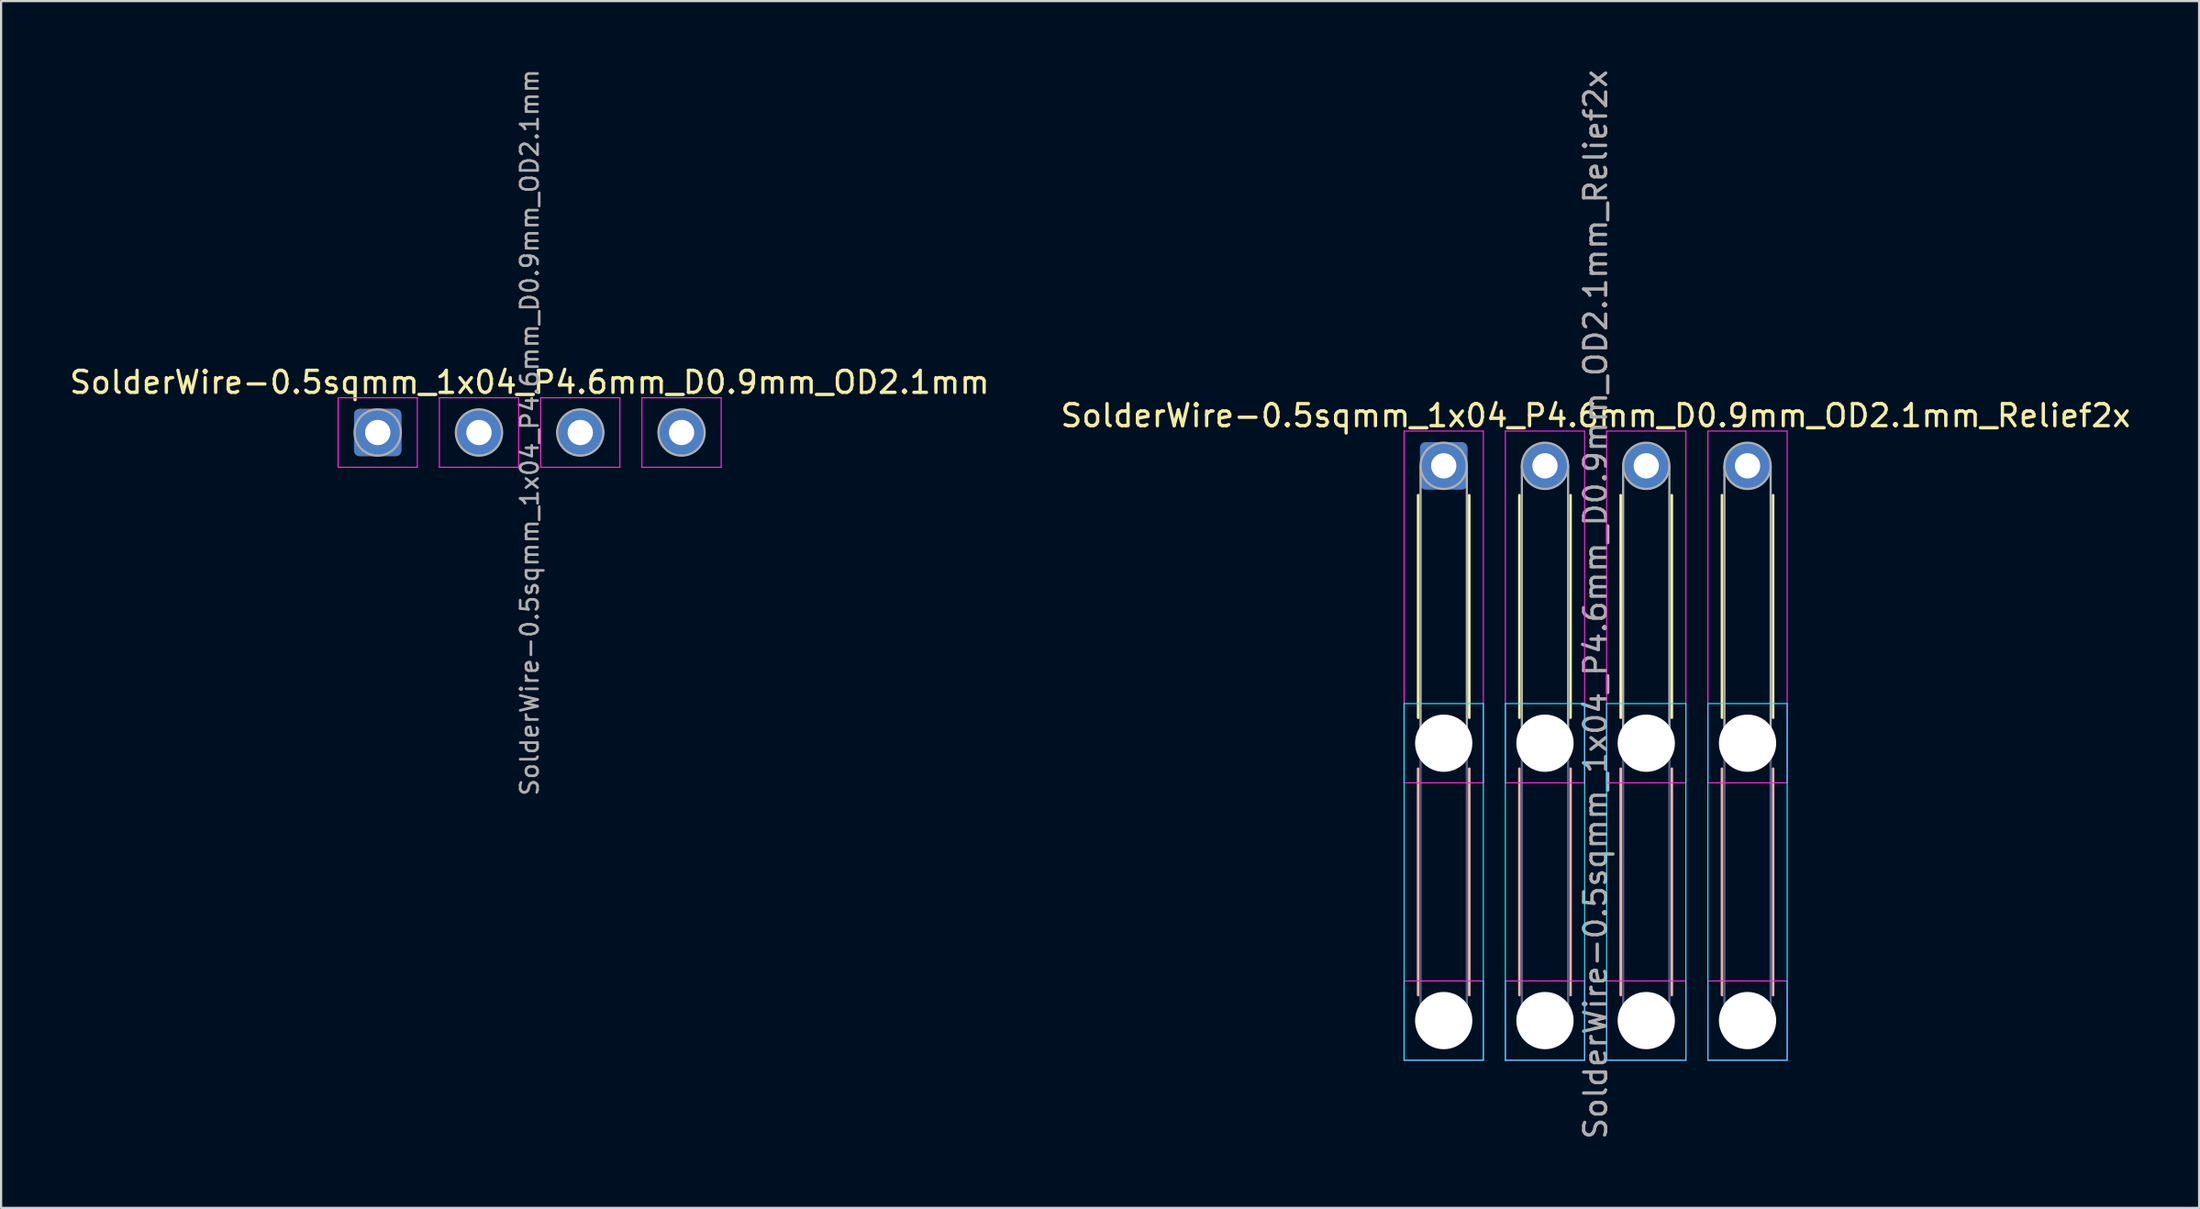
<source format=kicad_pcb>
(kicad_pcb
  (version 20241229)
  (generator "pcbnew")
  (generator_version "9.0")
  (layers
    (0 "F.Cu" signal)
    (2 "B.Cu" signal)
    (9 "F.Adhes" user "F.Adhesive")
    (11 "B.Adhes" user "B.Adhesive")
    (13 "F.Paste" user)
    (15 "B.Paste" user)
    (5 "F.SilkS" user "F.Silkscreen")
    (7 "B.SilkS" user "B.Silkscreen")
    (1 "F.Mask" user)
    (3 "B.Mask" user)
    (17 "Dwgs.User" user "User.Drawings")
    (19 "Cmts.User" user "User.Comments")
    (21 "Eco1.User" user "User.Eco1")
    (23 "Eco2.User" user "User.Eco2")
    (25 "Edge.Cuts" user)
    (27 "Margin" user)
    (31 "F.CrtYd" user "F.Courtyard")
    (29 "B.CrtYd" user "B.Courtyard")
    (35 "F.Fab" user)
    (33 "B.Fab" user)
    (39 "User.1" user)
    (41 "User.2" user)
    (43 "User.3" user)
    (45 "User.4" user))
  (footprint "SolderWire-0.5sqmm_1x04_P4.6mm_D0.9mm_OD2.1mm_Relief2x"
    (layer "F.Cu")
    (at 62.523 18.111)
    (property "Reference" "SolderWire-0.5sqmm_1x04_P4.6mm_D0.9mm_OD2.1mm_Relief2x" (at 6.9 -2.28 0) (layer "F.SilkS") (effects (font (size 1 1) (thickness 0.15))))
    (attr exclude_from_pos_files exclude_from_bom)
    (fp_line (start -1.16 1.335) (end -1.16 11.44) (stroke (width 0.12) (type solid)) (layer "F.SilkS"))
    (fp_line (start 1.16 1.335) (end 1.16 11.44) (stroke (width 0.12) (type solid)) (layer "F.SilkS"))
    (fp_line (start 3.44 1.335) (end 3.44 11.44) (stroke (width 0.12) (type solid)) (layer "F.SilkS"))
    (fp_line (start 5.76 1.335) (end 5.76 11.44) (stroke (width 0.12) (type solid)) (layer "F.SilkS"))
    (fp_line (start 8.04 1.335) (end 8.04 11.44) (stroke (width 0.12) (type solid)) (layer "F.SilkS"))
    (fp_line (start 10.36 1.335) (end 10.36 11.44) (stroke (width 0.12) (type solid)) (layer "F.SilkS"))
    (fp_line (start 12.64 1.335) (end 12.64 11.44) (stroke (width 0.12) (type solid)) (layer "F.SilkS"))
    (fp_line (start 14.96 1.335) (end 14.96 11.44) (stroke (width 0.12) (type solid)) (layer "F.SilkS"))
    (fp_line (start -1.16 13.76) (end -1.16 24.04) (stroke (width 0.12) (type solid)) (layer "B.SilkS"))
    (fp_line (start 1.16 13.76) (end 1.16 24.04) (stroke (width 0.12) (type solid)) (layer "B.SilkS"))
    (fp_line (start 3.44 13.76) (end 3.44 24.04) (stroke (width 0.12) (type solid)) (layer "B.SilkS"))
    (fp_line (start 5.76 13.76) (end 5.76 24.04) (stroke (width 0.12) (type solid)) (layer "B.SilkS"))
    (fp_line (start 8.04 13.76) (end 8.04 24.04) (stroke (width 0.12) (type solid)) (layer "B.SilkS"))
    (fp_line (start 10.36 13.76) (end 10.36 24.04) (stroke (width 0.12) (type solid)) (layer "B.SilkS"))
    (fp_line (start 12.64 13.76) (end 12.64 24.04) (stroke (width 0.12) (type solid)) (layer "B.SilkS"))
    (fp_line (start 14.96 13.76) (end 14.96 24.04) (stroke (width 0.12) (type solid)) (layer "B.SilkS"))
    (fp_line (start -1.8 10.8) (end -1.8 27) (stroke (width 0.05) (type solid)) (layer "B.CrtYd"))
    (fp_line (start -1.8 27) (end 1.8 27) (stroke (width 0.05) (type solid)) (layer "B.CrtYd"))
    (fp_line (start 1.8 10.8) (end -1.8 10.8) (stroke (width 0.05) (type solid)) (layer "B.CrtYd"))
    (fp_line (start 1.8 27) (end 1.8 10.8) (stroke (width 0.05) (type solid)) (layer "B.CrtYd"))
    (fp_line (start 2.8 10.8) (end 2.8 27) (stroke (width 0.05) (type solid)) (layer "B.CrtYd"))
    (fp_line (start 2.8 27) (end 6.4 27) (stroke (width 0.05) (type solid)) (layer "B.CrtYd"))
    (fp_line (start 6.4 10.8) (end 2.8 10.8) (stroke (width 0.05) (type solid)) (layer "B.CrtYd"))
    (fp_line (start 6.4 27) (end 6.4 10.8) (stroke (width 0.05) (type solid)) (layer "B.CrtYd"))
    (fp_line (start 7.4 10.8) (end 7.4 27) (stroke (width 0.05) (type solid)) (layer "B.CrtYd"))
    (fp_line (start 7.4 27) (end 11 27) (stroke (width 0.05) (type solid)) (layer "B.CrtYd"))
    (fp_line (start 11 10.8) (end 7.4 10.8) (stroke (width 0.05) (type solid)) (layer "B.CrtYd"))
    (fp_line (start 11 27) (end 11 10.8) (stroke (width 0.05) (type solid)) (layer "B.CrtYd"))
    (fp_line (start 12 10.8) (end 12 27) (stroke (width 0.05) (type solid)) (layer "B.CrtYd"))
    (fp_line (start 12 27) (end 15.6 27) (stroke (width 0.05) (type solid)) (layer "B.CrtYd"))
    (fp_line (start 15.6 10.8) (end 12 10.8) (stroke (width 0.05) (type solid)) (layer "B.CrtYd"))
    (fp_line (start 15.6 27) (end 15.6 10.8) (stroke (width 0.05) (type solid)) (layer "B.CrtYd"))
    (fp_line (start -1.8 -1.58) (end -1.8 14.4) (stroke (width 0.05) (type solid)) (layer "F.CrtYd"))
    (fp_line (start -1.8 14.4) (end 1.8 14.4) (stroke (width 0.05) (type solid)) (layer "F.CrtYd"))
    (fp_line (start -1.8 23.4) (end -1.8 27) (stroke (width 0.05) (type solid)) (layer "F.CrtYd"))
    (fp_line (start -1.8 27) (end 1.8 27) (stroke (width 0.05) (type solid)) (layer "F.CrtYd"))
    (fp_line (start 1.8 -1.58) (end -1.8 -1.58) (stroke (width 0.05) (type solid)) (layer "F.CrtYd"))
    (fp_line (start 1.8 14.4) (end 1.8 -1.58) (stroke (width 0.05) (type solid)) (layer "F.CrtYd"))
    (fp_line (start 1.8 23.4) (end -1.8 23.4) (stroke (width 0.05) (type solid)) (layer "F.CrtYd"))
    (fp_line (start 1.8 27) (end 1.8 23.4) (stroke (width 0.05) (type solid)) (layer "F.CrtYd"))
    (fp_line (start 2.8 -1.58) (end 2.8 14.4) (stroke (width 0.05) (type solid)) (layer "F.CrtYd"))
    (fp_line (start 2.8 14.4) (end 6.4 14.4) (stroke (width 0.05) (type solid)) (layer "F.CrtYd"))
    (fp_line (start 2.8 23.4) (end 2.8 27) (stroke (width 0.05) (type solid)) (layer "F.CrtYd"))
    (fp_line (start 2.8 27) (end 6.4 27) (stroke (width 0.05) (type solid)) (layer "F.CrtYd"))
    (fp_line (start 6.4 -1.58) (end 2.8 -1.58) (stroke (width 0.05) (type solid)) (layer "F.CrtYd"))
    (fp_line (start 6.4 14.4) (end 6.4 -1.58) (stroke (width 0.05) (type solid)) (layer "F.CrtYd"))
    (fp_line (start 6.4 23.4) (end 2.8 23.4) (stroke (width 0.05) (type solid)) (layer "F.CrtYd"))
    (fp_line (start 6.4 27) (end 6.4 23.4) (stroke (width 0.05) (type solid)) (layer "F.CrtYd"))
    (fp_line (start 7.4 -1.58) (end 7.4 14.4) (stroke (width 0.05) (type solid)) (layer "F.CrtYd"))
    (fp_line (start 7.4 14.4) (end 11 14.4) (stroke (width 0.05) (type solid)) (layer "F.CrtYd"))
    (fp_line (start 7.4 23.4) (end 7.4 27) (stroke (width 0.05) (type solid)) (layer "F.CrtYd"))
    (fp_line (start 7.4 27) (end 11 27) (stroke (width 0.05) (type solid)) (layer "F.CrtYd"))
    (fp_line (start 11 -1.58) (end 7.4 -1.58) (stroke (width 0.05) (type solid)) (layer "F.CrtYd"))
    (fp_line (start 11 14.4) (end 11 -1.58) (stroke (width 0.05) (type solid)) (layer "F.CrtYd"))
    (fp_line (start 11 23.4) (end 7.4 23.4) (stroke (width 0.05) (type solid)) (layer "F.CrtYd"))
    (fp_line (start 11 27) (end 11 23.4) (stroke (width 0.05) (type solid)) (layer "F.CrtYd"))
    (fp_line (start 12 -1.58) (end 12 14.4) (stroke (width 0.05) (type solid)) (layer "F.CrtYd"))
    (fp_line (start 12 14.4) (end 15.6 14.4) (stroke (width 0.05) (type solid)) (layer "F.CrtYd"))
    (fp_line (start 12 23.4) (end 12 27) (stroke (width 0.05) (type solid)) (layer "F.CrtYd"))
    (fp_line (start 12 27) (end 15.6 27) (stroke (width 0.05) (type solid)) (layer "F.CrtYd"))
    (fp_line (start 15.6 -1.58) (end 12 -1.58) (stroke (width 0.05) (type solid)) (layer "F.CrtYd"))
    (fp_line (start 15.6 14.4) (end 15.6 -1.58) (stroke (width 0.05) (type solid)) (layer "F.CrtYd"))
    (fp_line (start 15.6 23.4) (end 12 23.4) (stroke (width 0.05) (type solid)) (layer "F.CrtYd"))
    (fp_line (start 15.6 27) (end 15.6 23.4) (stroke (width 0.05) (type solid)) (layer "F.CrtYd"))
    (fp_line (start -1.05 12.6) (end -1.05 25.2) (stroke (width 0.1) (type solid)) (layer "B.Fab"))
    (fp_line (start 1.05 12.6) (end 1.05 25.2) (stroke (width 0.1) (type solid)) (layer "B.Fab"))
    (fp_line (start 3.55 12.6) (end 3.55 25.2) (stroke (width 0.1) (type solid)) (layer "B.Fab"))
    (fp_line (start 5.65 12.6) (end 5.65 25.2) (stroke (width 0.1) (type solid)) (layer "B.Fab"))
    (fp_line (start 8.15 12.6) (end 8.15 25.2) (stroke (width 0.1) (type solid)) (layer "B.Fab"))
    (fp_line (start 10.25 12.6) (end 10.25 25.2) (stroke (width 0.1) (type solid)) (layer "B.Fab"))
    (fp_line (start 12.75 12.6) (end 12.75 25.2) (stroke (width 0.1) (type solid)) (layer "B.Fab"))
    (fp_line (start 14.85 12.6) (end 14.85 25.2) (stroke (width 0.1) (type solid)) (layer "B.Fab"))
    (fp_circle (center 0 12.6) (end 1.05 12.6) (stroke (width 0.1) (type solid)) (fill no) (layer "B.Fab"))
    (fp_circle (center 0 25.2) (end 1.05 25.2) (stroke (width 0.1) (type solid)) (fill no) (layer "B.Fab"))
    (fp_circle (center 4.6 12.6) (end 5.65 12.6) (stroke (width 0.1) (type solid)) (fill no) (layer "B.Fab"))
    (fp_circle (center 4.6 25.2) (end 5.65 25.2) (stroke (width 0.1) (type solid)) (fill no) (layer "B.Fab"))
    (fp_circle (center 9.2 12.6) (end 10.25 12.6) (stroke (width 0.1) (type solid)) (fill no) (layer "B.Fab"))
    (fp_circle (center 9.2 25.2) (end 10.25 25.2) (stroke (width 0.1) (type solid)) (fill no) (layer "B.Fab"))
    (fp_circle (center 13.8 12.6) (end 14.85 12.6) (stroke (width 0.1) (type solid)) (fill no) (layer "B.Fab"))
    (fp_circle (center 13.8 25.2) (end 14.85 25.2) (stroke (width 0.1) (type solid)) (fill no) (layer "B.Fab"))
    (fp_line (start -1.05 0) (end -1.05 12.6) (stroke (width 0.1) (type solid)) (layer "F.Fab"))
    (fp_line (start 1.05 0) (end 1.05 12.6) (stroke (width 0.1) (type solid)) (layer "F.Fab"))
    (fp_line (start 3.55 0) (end 3.55 12.6) (stroke (width 0.1) (type solid)) (layer "F.Fab"))
    (fp_line (start 5.65 0) (end 5.65 12.6) (stroke (width 0.1) (type solid)) (layer "F.Fab"))
    (fp_line (start 8.15 0) (end 8.15 12.6) (stroke (width 0.1) (type solid)) (layer "F.Fab"))
    (fp_line (start 10.25 0) (end 10.25 12.6) (stroke (width 0.1) (type solid)) (layer "F.Fab"))
    (fp_line (start 12.75 0) (end 12.75 12.6) (stroke (width 0.1) (type solid)) (layer "F.Fab"))
    (fp_line (start 14.85 0) (end 14.85 12.6) (stroke (width 0.1) (type solid)) (layer "F.Fab"))
    (fp_circle (center 0 0) (end 1.05 0) (stroke (width 0.1) (type solid)) (fill no) (layer "F.Fab"))
    (fp_circle (center 0 12.6) (end 1.05 12.6) (stroke (width 0.1) (type solid)) (fill no) (layer "F.Fab"))
    (fp_circle (center 0 25.2) (end 1.05 25.2) (stroke (width 0.1) (type solid)) (fill no) (layer "F.Fab"))
    (fp_circle (center 4.6 0) (end 5.65 0) (stroke (width 0.1) (type solid)) (fill no) (layer "F.Fab"))
    (fp_circle (center 4.6 12.6) (end 5.65 12.6) (stroke (width 0.1) (type solid)) (fill no) (layer "F.Fab"))
    (fp_circle (center 4.6 25.2) (end 5.65 25.2) (stroke (width 0.1) (type solid)) (fill no) (layer "F.Fab"))
    (fp_circle (center 9.2 0) (end 10.25 0) (stroke (width 0.1) (type solid)) (fill no) (layer "F.Fab"))
    (fp_circle (center 9.2 12.6) (end 10.25 12.6) (stroke (width 0.1) (type solid)) (fill no) (layer "F.Fab"))
    (fp_circle (center 9.2 25.2) (end 10.25 25.2) (stroke (width 0.1) (type solid)) (fill no) (layer "F.Fab"))
    (fp_circle (center 13.8 0) (end 14.85 0) (stroke (width 0.1) (type solid)) (fill no) (layer "F.Fab"))
    (fp_circle (center 13.8 12.6) (end 14.85 12.6) (stroke (width 0.1) (type solid)) (fill no) (layer "F.Fab"))
    (fp_circle (center 13.8 25.2) (end 14.85 25.2) (stroke (width 0.1) (type solid)) (fill no) (layer "F.Fab"))
    (fp_text user "${REFERENCE}" (at 6.9 6.3 90) (layer "F.Fab") (effects (font (size 1 1) (thickness 0.15))))
    (pad "" np_thru_hole circle (at 0 12.6) (size 2.6 2.6) (drill 2.6) (layers "*.Cu" "*.Mask"))
    (pad "" np_thru_hole circle (at 0 25.2) (size 2.6 2.6) (drill 2.6) (layers "*.Cu" "*.Mask"))
    (pad "" np_thru_hole circle (at 4.6 12.6) (size 2.6 2.6) (drill 2.6) (layers "*.Cu" "*.Mask"))
    (pad "" np_thru_hole circle (at 4.6 25.2) (size 2.6 2.6) (drill 2.6) (layers "*.Cu" "*.Mask"))
    (pad "" np_thru_hole circle (at 9.2 12.6) (size 2.6 2.6) (drill 2.6) (layers "*.Cu" "*.Mask"))
    (pad "" np_thru_hole circle (at 9.2 25.2) (size 2.6 2.6) (drill 2.6) (layers "*.Cu" "*.Mask"))
    (pad "" np_thru_hole circle (at 13.8 12.6) (size 2.6 2.6) (drill 2.6) (layers "*.Cu" "*.Mask"))
    (pad "" np_thru_hole circle (at 13.8 25.2) (size 2.6 2.6) (drill 2.6) (layers "*.Cu" "*.Mask"))
    (pad "1" thru_hole roundrect (at 0 0) (size 2.15 2.15) (drill 1.15) (layers "*.Cu" "*.Mask") (roundrect_rratio 0.116))
    (pad "2" thru_hole circle (at 4.6 0) (size 2.15 2.15) (drill 1.15) (layers "*.Cu" "*.Mask"))
    (pad "3" thru_hole circle (at 9.2 0) (size 2.15 2.15) (drill 1.15) (layers "*.Cu" "*.Mask"))
    (pad "4" thru_hole circle (at 13.8 0) (size 2.15 2.15) (drill 1.15) (layers "*.Cu" "*.Mask")))
  (footprint "SolderWire-0.5sqmm_1x04_P4.6mm_D0.9mm_OD2.1mm"
    (layer "F.Cu")
    (at 14.106 16.597)
    (property "Reference" "SolderWire-0.5sqmm_1x04_P4.6mm_D0.9mm_OD2.1mm" (at 6.9 -2.28 0) (layer "F.SilkS") (effects (font (size 1 1) (thickness 0.15))))
    (attr exclude_from_pos_files exclude_from_bom)
    (fp_line (start -1.8 -1.58) (end -1.8 1.58) (stroke (width 0.05) (type solid)) (layer "F.CrtYd"))
    (fp_line (start -1.8 1.58) (end 1.8 1.58) (stroke (width 0.05) (type solid)) (layer "F.CrtYd"))
    (fp_line (start 1.8 -1.58) (end -1.8 -1.58) (stroke (width 0.05) (type solid)) (layer "F.CrtYd"))
    (fp_line (start 1.8 1.58) (end 1.8 -1.58) (stroke (width 0.05) (type solid)) (layer "F.CrtYd"))
    (fp_line (start 2.8 -1.58) (end 2.8 1.58) (stroke (width 0.05) (type solid)) (layer "F.CrtYd"))
    (fp_line (start 2.8 1.58) (end 6.4 1.58) (stroke (width 0.05) (type solid)) (layer "F.CrtYd"))
    (fp_line (start 6.4 -1.58) (end 2.8 -1.58) (stroke (width 0.05) (type solid)) (layer "F.CrtYd"))
    (fp_line (start 6.4 1.58) (end 6.4 -1.58) (stroke (width 0.05) (type solid)) (layer "F.CrtYd"))
    (fp_line (start 7.4 -1.58) (end 7.4 1.58) (stroke (width 0.05) (type solid)) (layer "F.CrtYd"))
    (fp_line (start 7.4 1.58) (end 11 1.58) (stroke (width 0.05) (type solid)) (layer "F.CrtYd"))
    (fp_line (start 11 -1.58) (end 7.4 -1.58) (stroke (width 0.05) (type solid)) (layer "F.CrtYd"))
    (fp_line (start 11 1.58) (end 11 -1.58) (stroke (width 0.05) (type solid)) (layer "F.CrtYd"))
    (fp_line (start 12 -1.58) (end 12 1.58) (stroke (width 0.05) (type solid)) (layer "F.CrtYd"))
    (fp_line (start 12 1.58) (end 15.6 1.58) (stroke (width 0.05) (type solid)) (layer "F.CrtYd"))
    (fp_line (start 15.6 -1.58) (end 12 -1.58) (stroke (width 0.05) (type solid)) (layer "F.CrtYd"))
    (fp_line (start 15.6 1.58) (end 15.6 -1.58) (stroke (width 0.05) (type solid)) (layer "F.CrtYd"))
    (fp_circle (center 0 0) (end 1.05 0) (stroke (width 0.1) (type solid)) (fill no) (layer "F.Fab"))
    (fp_circle (center 4.6 0) (end 5.65 0) (stroke (width 0.1) (type solid)) (fill no) (layer "F.Fab"))
    (fp_circle (center 9.2 0) (end 10.25 0) (stroke (width 0.1) (type solid)) (fill no) (layer "F.Fab"))
    (fp_circle (center 13.8 0) (end 14.85 0) (stroke (width 0.1) (type solid)) (fill no) (layer "F.Fab"))
    (fp_text user "${REFERENCE}" (at 6.9 0 90) (layer "F.Fab") (effects (font (size 0.79 0.79) (thickness 0.12))))
    (pad "1" thru_hole roundrect (at 0 0) (size 2.15 2.15) (drill 1.15) (layers "*.Cu" "*.Mask") (roundrect_rratio 0.116))
    (pad "2" thru_hole circle (at 4.6 0) (size 2.15 2.15) (drill 1.15) (layers "*.Cu" "*.Mask"))
    (pad "3" thru_hole circle (at 9.2 0) (size 2.15 2.15) (drill 1.15) (layers "*.Cu" "*.Mask"))
    (pad "4" thru_hole circle (at 13.8 0) (size 2.15 2.15) (drill 1.15) (layers "*.Cu" "*.Mask")))
  (gr_rect
    (start -3 -3)
    (end 96.833 51.821)
    (stroke (width 0.1) (type default))
    (fill no)
    (layer "Edge.Cuts")))
</source>
